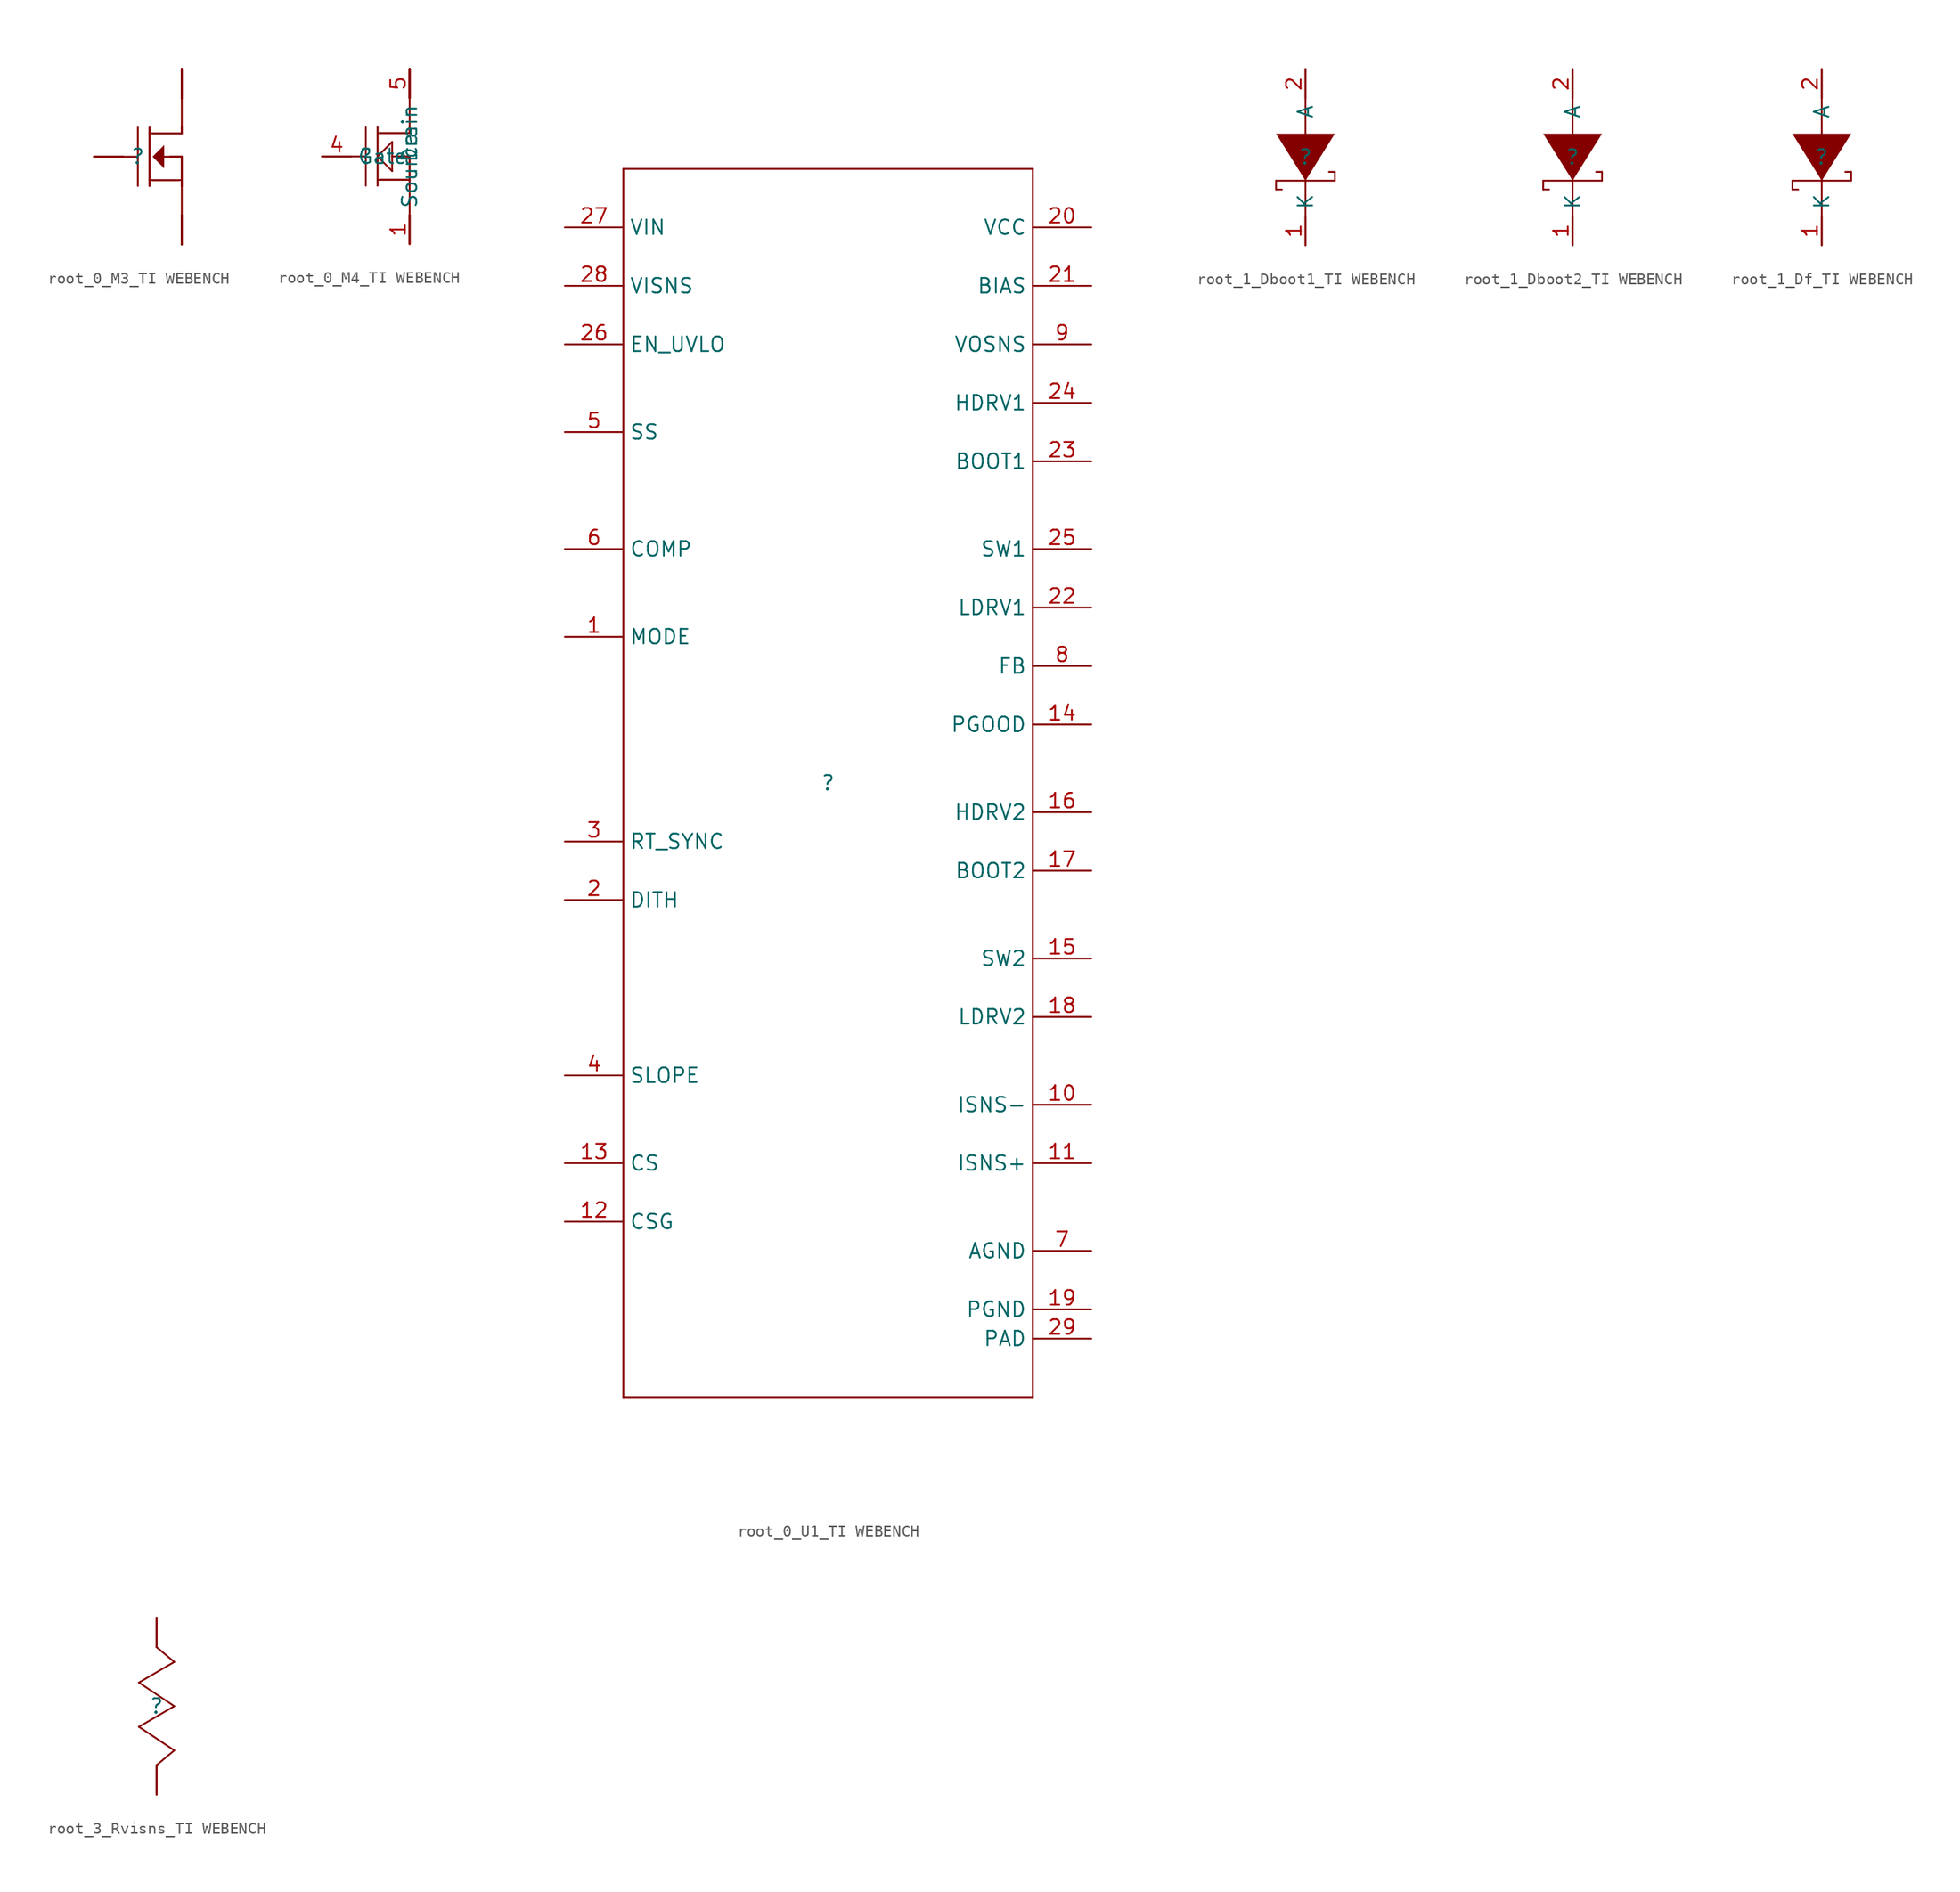
<source format=kicad_sym>
(kicad_symbol_lib
  (version 20241209)
  (generator "kicad_symbol_editor")
  (generator_version "9.0")
  (symbol "root_0_M3_TI WEBENCH"
    (pin_numbers
      (hide yes))
    (pin_names
      (hide yes))
    (property "Reference" ""
      (at 0 0 0)
      (effects (font (size 1.27 1.27))))
    (property "Value" ""
      (at 0 0 0)
      (effects (font (size 1.27 1.27))))
    (symbol "root_0_M3_TI WEBENCH_1_0"
      (polyline (pts (xy -3.81 0) (xy -1.27 0)) (stroke (width 0) (type solid)) (fill (type none)))
      (polyline (pts (xy -1.27 0) (xy 0 0)) (stroke (width 0) (type solid)) (fill (type none)))
      (polyline (pts (xy 0 -2.54) (xy 0 2.54)) (stroke (width 0) (type solid)) (fill (type none)))
      (polyline (pts (xy 1.016 2.54) (xy 1.016 -2.54)) (stroke (width 0) (type solid)) (fill (type none)))
      (polyline (pts (xy 1.016 2.54) (xy 1.016 -2.54)) (stroke (width 0) (type solid)) (fill (type none)))
      (polyline (pts (xy 1.016 -2.032) (xy 3.81 -2.032)) (stroke (width 0) (type solid)) (fill (type none)))
      (polyline (pts (xy 1.27 0) (xy 2.286 1.016) (xy 2.286 -1.016) (xy 1.27 0)) (stroke (width -0.0001) (type solid)) (fill (type outline)))
      (polyline (pts (xy 1.27 -2.032) (xy 3.556 -2.032)) (stroke (width 0) (type solid)) (fill (type none)))
      (polyline (pts (xy 2.286 0) (xy 3.81 0)) (stroke (width 0) (type solid)) (fill (type none)))
      (polyline (pts (xy 2.794 0) (xy 3.81 0)) (stroke (width 0) (type solid)) (fill (type none)))
      (polyline (pts (xy 3.81 7.62) (xy 3.81 5.08)) (stroke (width 0) (type solid)) (fill (type none)))
      (polyline (pts (xy 3.81 5.08) (xy 3.81 2.54)) (stroke (width 0) (type solid)) (fill (type none)))
      (polyline (pts (xy 3.81 2.54) (xy 3.81 2.032)) (stroke (width 0) (type solid)) (fill (type none)))
      (polyline (pts (xy 3.81 2.54) (xy 3.81 2.032)) (stroke (width 0) (type solid)) (fill (type none)))
      (polyline (pts (xy 3.81 2.032) (xy 1.016 2.032)) (stroke (width 0) (type solid)) (fill (type none)))
      (polyline (pts (xy 3.81 2.032) (xy 1.27 2.032)) (stroke (width 0) (type solid)) (fill (type none)))
      (polyline (pts (xy 3.81 0) (xy 3.81 -2.54)) (stroke (width 0) (type solid)) (fill (type none)))
      (polyline (pts (xy 3.81 0) (xy 3.81 -2.54)) (stroke (width 0) (type solid)) (fill (type none)))
      (polyline (pts (xy 3.81 -2.54) (xy 3.81 -5.08)) (stroke (width 0) (type solid)) (fill (type none)))
      (polyline (pts (xy 3.81 -7.62) (xy 3.81 -5.08)) (stroke (width 0) (type solid)) (fill (type none)))
      (pin passive line (at -3.81 0 0) (length 2.54) (name "Gate" (effects (font (size 1.27 1.27)))) (number "4" (effects (font (size 1.27 1.27)))))
      (pin passive line (at 3.81 7.62 270) (length 2.54) (name "Drain" (effects (font (size 1.27 1.27)))) (number "5" (effects (font (size 1.27 1.27)))))
      (pin passive line (at 3.81 7.62 270) (length 2.54) (name "Drain" (effects (font (size 1.27 1.27)))) (number "6" (effects (font (size 1.27 1.27)))))
      (pin passive line (at 3.81 7.62 270) (length 2.54) (name "Drain" (effects (font (size 1.27 1.27)))) (number "7" (effects (font (size 1.27 1.27)))))
      (pin passive line (at 3.81 7.62 270) (length 2.54) (name "Drain" (effects (font (size 1.27 1.27)))) (number "8" (effects (font (size 1.27 1.27)))))
      (pin passive line (at 3.81 7.62 270) (length 2.54) (name "Drain" (effects (font (size 1.27 1.27)))) (number "9" (effects (font (size 1.27 1.27)))))
      (pin passive line (at 3.81 -7.62 90) (length 2.54) (name "Source" (effects (font (size 1.27 1.27)))) (number "1" (effects (font (size 1.27 1.27)))))
      (pin passive line (at 3.81 -7.62 90) (length 2.54) (name "Source" (effects (font (size 1.27 1.27)))) (number "2" (effects (font (size 1.27 1.27)))))
      (pin passive line (at 3.81 -7.62 90) (length 2.54) (name "Source" (effects (font (size 1.27 1.27)))) (number "3" (effects (font (size 1.27 1.27)))))))
  (symbol "root_0_M4_TI WEBENCH"
    (property "Reference" ""
      (at 0 0 0)
      (effects (font (size 1.27 1.27))))
    (property "Value" ""
      (at 0 0 0)
      (effects (font (size 1.27 1.27))))
    (symbol "root_0_M4_TI WEBENCH_1_0"
      (polyline (pts (xy -3.81 0) (xy -1.27 0)) (stroke (width 0) (type solid)) (fill (type none)))
      (polyline (pts (xy -1.27 0) (xy 0 0)) (stroke (width 0) (type solid)) (fill (type none)))
      (polyline (pts (xy 0 -2.54) (xy 0 2.54)) (stroke (width 0) (type solid)) (fill (type none)))
      (polyline (pts (xy 1.016 2.54) (xy 1.016 -2.54)) (stroke (width 0) (type solid)) (fill (type none)))
      (polyline (pts (xy 1.016 2.54) (xy 1.016 -2.54)) (stroke (width 0) (type solid)) (fill (type none)))
      (polyline (pts (xy 1.016 0) (xy 2.286 1.27)) (stroke (width 0) (type solid)) (fill (type none)))
      (polyline (pts (xy 1.016 -2.032) (xy 3.81 -2.032)) (stroke (width 0) (type solid)) (fill (type none)))
      (polyline (pts (xy 1.27 -2.032) (xy 3.556 -2.032)) (stroke (width 0) (type solid)) (fill (type none)))
      (polyline (pts (xy 2.286 1.27) (xy 2.286 -1.27)) (stroke (width 0) (type solid)) (fill (type none)))
      (polyline (pts (xy 2.286 0) (xy 3.81 0)) (stroke (width 0) (type solid)) (fill (type none)))
      (polyline (pts (xy 2.286 -1.27) (xy 1.016 0)) (stroke (width 0) (type solid)) (fill (type none)))
      (polyline (pts (xy 2.794 0) (xy 3.81 0)) (stroke (width 0) (type solid)) (fill (type none)))
      (polyline (pts (xy 3.81 7.62) (xy 3.81 5.08)) (stroke (width 0) (type solid)) (fill (type none)))
      (polyline (pts (xy 3.81 5.08) (xy 3.81 2.54)) (stroke (width 0) (type solid)) (fill (type none)))
      (polyline (pts (xy 3.81 2.54) (xy 3.81 2.032)) (stroke (width 0) (type solid)) (fill (type none)))
      (polyline (pts (xy 3.81 2.54) (xy 3.81 2.032)) (stroke (width 0) (type solid)) (fill (type none)))
      (polyline (pts (xy 3.81 2.032) (xy 1.016 2.032)) (stroke (width 0) (type solid)) (fill (type none)))
      (polyline (pts (xy 3.81 2.032) (xy 1.27 2.032)) (stroke (width 0) (type solid)) (fill (type none)))
      (polyline (pts (xy 3.81 0) (xy 3.81 -2.54)) (stroke (width 0) (type solid)) (fill (type none)))
      (polyline (pts (xy 3.81 0) (xy 3.81 -2.54)) (stroke (width 0) (type solid)) (fill (type none)))
      (polyline (pts (xy 3.81 -2.54) (xy 3.81 -5.08)) (stroke (width 0) (type solid)) (fill (type none)))
      (polyline (pts (xy 3.81 -7.62) (xy 3.81 -5.08)) (stroke (width 0) (type solid)) (fill (type none)))
      (pin passive line (at -3.81 0 0) (length 2.54) (name "Gate" (effects (font (size 1.27 1.27)))) (number "4" (effects (font (size 1.27 1.27)))))
      (pin passive line (at 3.81 7.62 270) (length 2.54) (name "Drain" (effects (font (size 1.27 1.27)))) (number "5" (effects (font (size 1.27 1.27)))))
      (pin passive line (at 3.81 7.62 270) (length 2.54) (name "Drain" (effects (font (size 0 0)))) (number "6" (effects (font (size 0 0)))))
      (pin passive line (at 3.81 7.62 270) (length 2.54) (name "Drain" (effects (font (size 0 0)))) (number "7" (effects (font (size 0 0)))))
      (pin passive line (at 3.81 7.62 270) (length 2.54) (name "Drain" (effects (font (size 0 0)))) (number "8" (effects (font (size 0 0)))))
      (pin passive line (at 3.81 7.62 270) (length 2.54) (name "Drain" (effects (font (size 0 0)))) (number "9" (effects (font (size 0 0)))))
      (pin passive line (at 3.81 -7.62 90) (length 2.54) (name "Source" (effects (font (size 1.27 1.27)))) (number "1" (effects (font (size 1.27 1.27)))))
      (pin passive line (at 3.81 -7.62 90) (length 2.54) (name "Source" (effects (font (size 0 0)))) (number "2" (effects (font (size 0 0)))))
      (pin passive line (at 3.81 -7.62 90) (length 2.54) (name "Source" (effects (font (size 0 0)))) (number "3" (effects (font (size 0 0)))))))
  (symbol "root_0_U1_TI WEBENCH"
    (property "Reference" ""
      (at 0 0 0)
      (effects (font (size 1.27 1.27))))
    (property "Value" ""
      (at 0 0 0)
      (effects (font (size 1.27 1.27))))
    (symbol "root_0_U1_TI WEBENCH_1_0"
      (polyline (pts (xy -17.78 53.34) (xy -17.78 -53.34)) (stroke (width 0) (type solid)) (fill (type none)))
      (polyline (pts (xy -17.78 -53.34) (xy 17.78 -53.34)) (stroke (width 0) (type solid)) (fill (type none)))
      (polyline (pts (xy 17.78 53.34) (xy -17.78 53.34)) (stroke (width 0) (type solid)) (fill (type none)))
      (polyline (pts (xy 17.78 -53.34) (xy 17.78 53.34)) (stroke (width 0) (type solid)) (fill (type none)))
      (pin power_in line (at -22.86 48.26 0) (length 5.08) (name "VIN" (effects (font (size 1.27 1.27)))) (number "27" (effects (font (size 1.27 1.27)))))
      (pin input line (at -22.86 43.18 0) (length 5.08) (name "VISNS" (effects (font (size 1.27 1.27)))) (number "28" (effects (font (size 1.27 1.27)))))
      (pin input line (at -22.86 38.1 0) (length 5.08) (name "EN_UVLO" (effects (font (size 1.27 1.27)))) (number "26" (effects (font (size 1.27 1.27)))))
      (pin input line (at -22.86 30.48 0) (length 5.08) (name "SS" (effects (font (size 1.27 1.27)))) (number "5" (effects (font (size 1.27 1.27)))))
      (pin passive line (at -22.86 20.32 0) (length 5.08) (name "COMP" (effects (font (size 1.27 1.27)))) (number "6" (effects (font (size 1.27 1.27)))))
      (pin input line (at -22.86 12.7 0) (length 5.08) (name "MODE" (effects (font (size 1.27 1.27)))) (number "1" (effects (font (size 1.27 1.27)))))
      (pin input line (at -22.86 -5.08 0) (length 5.08) (name "RT_SYNC" (effects (font (size 1.27 1.27)))) (number "3" (effects (font (size 1.27 1.27)))))
      (pin passive line (at -22.86 -10.16 0) (length 5.08) (name "DITH" (effects (font (size 1.27 1.27)))) (number "2" (effects (font (size 1.27 1.27)))))
      (pin input line (at -22.86 -25.4 0) (length 5.08) (name "SLOPE" (effects (font (size 1.27 1.27)))) (number "4" (effects (font (size 1.27 1.27)))))
      (pin input line (at -22.86 -33.02 0) (length 5.08) (name "CS" (effects (font (size 1.27 1.27)))) (number "13" (effects (font (size 1.27 1.27)))))
      (pin input line (at -22.86 -38.1 0) (length 5.08) (name "CSG" (effects (font (size 1.27 1.27)))) (number "12" (effects (font (size 1.27 1.27)))))
      (pin power_in line (at 22.86 48.26 180) (length 5.08) (name "VCC" (effects (font (size 1.27 1.27)))) (number "20" (effects (font (size 1.27 1.27)))))
      (pin power_in line (at 22.86 43.18 180) (length 5.08) (name "BIAS" (effects (font (size 1.27 1.27)))) (number "21" (effects (font (size 1.27 1.27)))))
      (pin input line (at 22.86 38.1 180) (length 5.08) (name "VOSNS" (effects (font (size 1.27 1.27)))) (number "9" (effects (font (size 1.27 1.27)))))
      (pin output line (at 22.86 33.02 180) (length 5.08) (name "HDRV1" (effects (font (size 1.27 1.27)))) (number "24" (effects (font (size 1.27 1.27)))))
      (pin power_in line (at 22.86 27.94 180) (length 5.08) (name "BOOT1" (effects (font (size 1.27 1.27)))) (number "23" (effects (font (size 1.27 1.27)))))
      (pin power_in line (at 22.86 20.32 180) (length 5.08) (name "SW1" (effects (font (size 1.27 1.27)))) (number "25" (effects (font (size 1.27 1.27)))))
      (pin output line (at 22.86 15.24 180) (length 5.08) (name "LDRV1" (effects (font (size 1.27 1.27)))) (number "22" (effects (font (size 1.27 1.27)))))
      (pin input line (at 22.86 10.16 180) (length 5.08) (name "FB" (effects (font (size 1.27 1.27)))) (number "8" (effects (font (size 1.27 1.27)))))
      (pin open_collector line (at 22.86 5.08 180) (length 5.08) (name "PGOOD" (effects (font (size 1.27 1.27)))) (number "14" (effects (font (size 1.27 1.27)))))
      (pin output line (at 22.86 -2.54 180) (length 5.08) (name "HDRV2" (effects (font (size 1.27 1.27)))) (number "16" (effects (font (size 1.27 1.27)))))
      (pin power_in line (at 22.86 -7.62 180) (length 5.08) (name "BOOT2" (effects (font (size 1.27 1.27)))) (number "17" (effects (font (size 1.27 1.27)))))
      (pin power_in line (at 22.86 -15.24 180) (length 5.08) (name "SW2" (effects (font (size 1.27 1.27)))) (number "15" (effects (font (size 1.27 1.27)))))
      (pin output line (at 22.86 -20.32 180) (length 5.08) (name "LDRV2" (effects (font (size 1.27 1.27)))) (number "18" (effects (font (size 1.27 1.27)))))
      (pin input line (at 22.86 -27.94 180) (length 5.08) (name "ISNS-" (effects (font (size 1.27 1.27)))) (number "10" (effects (font (size 1.27 1.27)))))
      (pin input line (at 22.86 -33.02 180) (length 5.08) (name "ISNS+" (effects (font (size 1.27 1.27)))) (number "11" (effects (font (size 1.27 1.27)))))
      (pin power_in line (at 22.86 -40.64 180) (length 5.08) (name "AGND" (effects (font (size 1.27 1.27)))) (number "7" (effects (font (size 1.27 1.27)))))
      (pin power_in line (at 22.86 -45.72 180) (length 5.08) (name "PGND" (effects (font (size 1.27 1.27)))) (number "19" (effects (font (size 1.27 1.27)))))
      (pin power_in line (at 22.86 -48.26 180) (length 5.08) (name "PAD" (effects (font (size 1.27 1.27)))) (number "29" (effects (font (size 1.27 1.27)))))))
  (symbol "root_1_Dboot1_TI WEBENCH"
    (property "Reference" ""
      (at 0 0 0)
      (effects (font (size 1.27 1.27))))
    (property "Value" ""
      (at 0 0 0)
      (effects (font (size 1.27 1.27))))
    (symbol "root_1_Dboot1_TI WEBENCH_1_0"
      (polyline (pts (xy -2.54 2.032) (xy 0 -2.032) (xy 2.54 2.032) (xy -2.54 2.032)) (stroke (width -0.0001) (type solid)) (fill (type outline)))
      (polyline (pts (xy -2.54 -2.032) (xy 2.54 -2.032)) (stroke (width 0) (type solid)) (fill (type none)))
      (polyline (pts (xy -2.54 -2.794) (xy -2.54 -2.032)) (stroke (width 0) (type solid)) (fill (type none)))
      (polyline (pts (xy -2.032 -2.794) (xy -2.54 -2.794)) (stroke (width 0) (type solid)) (fill (type none)))
      (polyline (pts (xy 0 -7.62) (xy 0 7.62)) (stroke (width 0) (type solid)) (fill (type none)))
      (polyline (pts (xy 2.54 -1.27) (xy 2.032 -1.27)) (stroke (width 0) (type solid)) (fill (type none)))
      (polyline (pts (xy 2.54 -2.032) (xy 2.54 -1.27)) (stroke (width 0) (type solid)) (fill (type none)))
      (pin passive line (at 0 7.62 270) (length 2.54) (name "A" (effects (font (size 1.27 1.27)))) (number "2" (effects (font (size 1.27 1.27)))))
      (pin passive line (at 0 -7.62 90) (length 2.54) (name "K" (effects (font (size 1.27 1.27)))) (number "1" (effects (font (size 1.27 1.27)))))))
  (symbol "root_1_Dboot2_TI WEBENCH"
    (property "Reference" ""
      (at 0 0 0)
      (effects (font (size 1.27 1.27))))
    (property "Value" ""
      (at 0 0 0)
      (effects (font (size 1.27 1.27))))
    (symbol "root_1_Dboot2_TI WEBENCH_1_0"
      (polyline (pts (xy -2.54 2.032) (xy 0 -2.032) (xy 2.54 2.032) (xy -2.54 2.032)) (stroke (width -0.0001) (type solid)) (fill (type outline)))
      (polyline (pts (xy -2.54 -2.032) (xy 2.54 -2.032)) (stroke (width 0) (type solid)) (fill (type none)))
      (polyline (pts (xy -2.54 -2.794) (xy -2.54 -2.032)) (stroke (width 0) (type solid)) (fill (type none)))
      (polyline (pts (xy -2.032 -2.794) (xy -2.54 -2.794)) (stroke (width 0) (type solid)) (fill (type none)))
      (polyline (pts (xy 0 -7.62) (xy 0 7.62)) (stroke (width 0) (type solid)) (fill (type none)))
      (polyline (pts (xy 2.54 -1.27) (xy 2.032 -1.27)) (stroke (width 0) (type solid)) (fill (type none)))
      (polyline (pts (xy 2.54 -2.032) (xy 2.54 -1.27)) (stroke (width 0) (type solid)) (fill (type none)))
      (pin passive line (at 0 7.62 270) (length 2.54) (name "A" (effects (font (size 1.27 1.27)))) (number "2" (effects (font (size 1.27 1.27)))))
      (pin passive line (at 0 -7.62 90) (length 2.54) (name "K" (effects (font (size 1.27 1.27)))) (number "1" (effects (font (size 1.27 1.27)))))))
  (symbol "root_1_Df_TI WEBENCH"
    (property "Reference" ""
      (at 0 0 0)
      (effects (font (size 1.27 1.27))))
    (property "Value" ""
      (at 0 0 0)
      (effects (font (size 1.27 1.27))))
    (symbol "root_1_Df_TI WEBENCH_1_0"
      (polyline (pts (xy -2.54 2.032) (xy 0 -2.032) (xy 2.54 2.032) (xy -2.54 2.032)) (stroke (width -0.0001) (type solid)) (fill (type outline)))
      (polyline (pts (xy -2.54 -2.032) (xy 2.54 -2.032)) (stroke (width 0) (type solid)) (fill (type none)))
      (polyline (pts (xy -2.54 -2.794) (xy -2.54 -2.032)) (stroke (width 0) (type solid)) (fill (type none)))
      (polyline (pts (xy -2.032 -2.794) (xy -2.54 -2.794)) (stroke (width 0) (type solid)) (fill (type none)))
      (polyline (pts (xy 0 -7.62) (xy 0 7.62)) (stroke (width 0) (type solid)) (fill (type none)))
      (polyline (pts (xy 2.54 -1.27) (xy 2.032 -1.27)) (stroke (width 0) (type solid)) (fill (type none)))
      (polyline (pts (xy 2.54 -2.032) (xy 2.54 -1.27)) (stroke (width 0) (type solid)) (fill (type none)))
      (pin passive line (at 0 7.62 270) (length 2.54) (name "A" (effects (font (size 1.27 1.27)))) (number "2" (effects (font (size 1.27 1.27)))))
      (pin passive line (at 0 -7.62 90) (length 2.54) (name "K" (effects (font (size 1.27 1.27)))) (number "1" (effects (font (size 1.27 1.27)))))))
  (symbol "root_3_Rvisns_TI WEBENCH"
    (pin_numbers
      (hide yes))
    (pin_names
      (hide yes))
    (property "Reference" ""
      (at 0 0 0)
      (effects (font (size 1.27 1.27))))
    (property "Value" ""
      (at 0 0 0)
      (effects (font (size 1.27 1.27))))
    (symbol "root_3_Rvisns_TI WEBENCH_1_0"
      (polyline (pts (xy -1.524 2.032) (xy 1.524 3.81)) (stroke (width 0) (type solid)) (fill (type none)))
      (polyline (pts (xy -1.524 -1.778) (xy 1.524 0)) (stroke (width 0) (type solid)) (fill (type none)))
      (polyline (pts (xy 0 5.08) (xy 0 7.62)) (stroke (width 0) (type solid)) (fill (type none)))
      (polyline (pts (xy 0 -5.08) (xy 1.524 -3.81)) (stroke (width 0) (type solid)) (fill (type none)))
      (polyline (pts (xy 0 -7.62) (xy 0 -5.08)) (stroke (width 0) (type solid)) (fill (type none)))
      (polyline (pts (xy 1.524 3.81) (xy 0 5.08)) (stroke (width 0) (type solid)) (fill (type none)))
      (polyline (pts (xy 1.524 0) (xy -1.524 2.032)) (stroke (width 0) (type solid)) (fill (type none)))
      (polyline (pts (xy 1.524 -3.81) (xy -1.524 -1.778)) (stroke (width 0) (type solid)) (fill (type none)))
      (pin passive line (at 0 7.62 270) (length 2.54) (name "2" (effects (font (size 1.27 1.27)))) (number "2" (effects (font (size 1.27 1.27)))))
      (pin passive line (at 0 -7.62 90) (length 2.54) (name "1" (effects (font (size 1.27 1.27)))) (number "1" (effects (font (size 1.27 1.27))))))))
</source>
